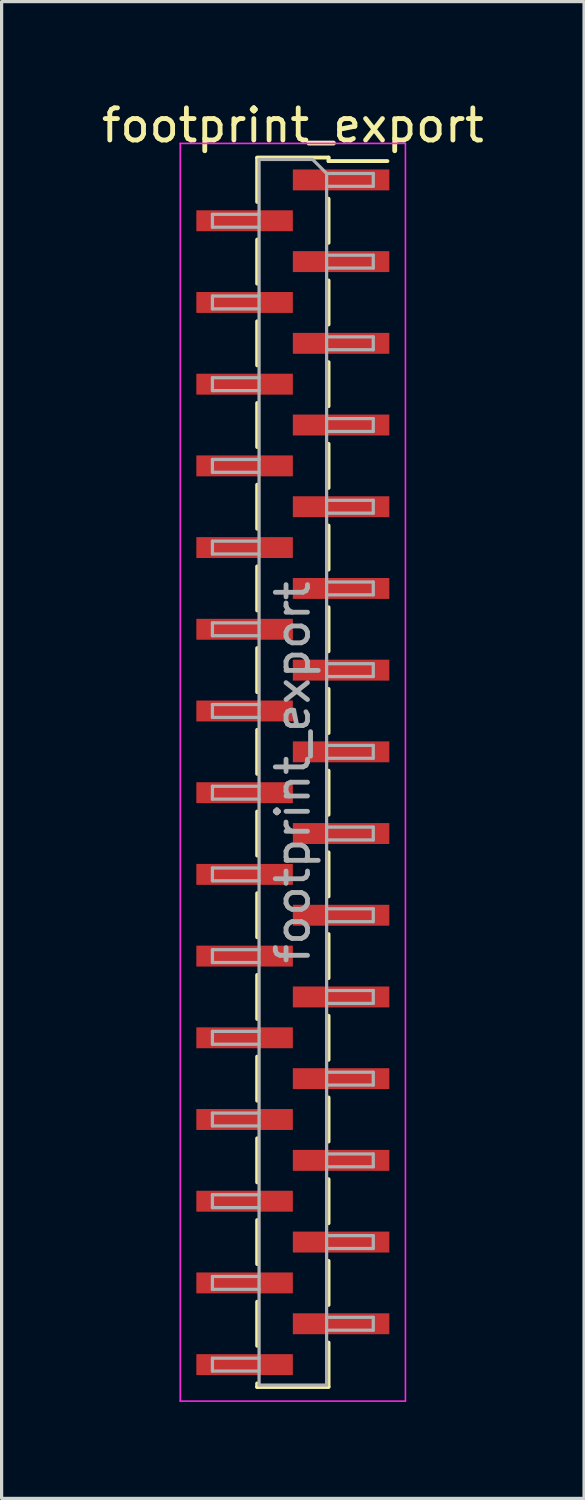
<source format=kicad_pcb>
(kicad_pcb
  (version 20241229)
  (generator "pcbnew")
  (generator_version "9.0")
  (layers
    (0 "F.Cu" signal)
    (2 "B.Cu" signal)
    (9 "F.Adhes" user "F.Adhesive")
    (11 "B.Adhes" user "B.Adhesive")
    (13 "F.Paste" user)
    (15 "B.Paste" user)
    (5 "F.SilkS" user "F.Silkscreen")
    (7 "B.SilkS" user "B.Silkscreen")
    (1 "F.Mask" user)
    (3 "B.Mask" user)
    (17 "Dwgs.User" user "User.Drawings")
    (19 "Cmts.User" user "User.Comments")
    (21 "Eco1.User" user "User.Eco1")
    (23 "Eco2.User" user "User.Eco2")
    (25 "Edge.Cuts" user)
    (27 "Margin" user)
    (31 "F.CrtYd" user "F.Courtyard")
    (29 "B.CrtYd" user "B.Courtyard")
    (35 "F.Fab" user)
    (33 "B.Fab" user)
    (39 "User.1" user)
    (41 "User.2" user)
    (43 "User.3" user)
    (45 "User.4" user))
  (footprint "footprint_export"
    (layer "F.Cu")
    (at 6.054 20.958)
    (property "Reference" "footprint_export" (at 0 -20.11 0) (layer "F.SilkS") (effects (font (size 1 1) (thickness 0.15))))
    (attr smd)
    (fp_line (start -1.11 -19.11) (end 1.11 -19.11) (stroke (width 0.12) (type solid)) (layer "F.SilkS"))
    (fp_line (start -1.11 -19.1) (end -1.11 -17.73) (stroke (width 0.12) (type solid)) (layer "F.SilkS"))
    (fp_line (start -1.11 -16.56) (end -1.11 -15.19) (stroke (width 0.12) (type solid)) (layer "F.SilkS"))
    (fp_line (start -1.11 -14.02) (end -1.11 -12.65) (stroke (width 0.12) (type solid)) (layer "F.SilkS"))
    (fp_line (start -1.11 -11.48) (end -1.11 -10.11) (stroke (width 0.12) (type solid)) (layer "F.SilkS"))
    (fp_line (start -1.11 -8.94) (end -1.11 -7.57) (stroke (width 0.12) (type solid)) (layer "F.SilkS"))
    (fp_line (start -1.11 -6.4) (end -1.11 -5.03) (stroke (width 0.12) (type solid)) (layer "F.SilkS"))
    (fp_line (start -1.11 -3.86) (end -1.11 -2.49) (stroke (width 0.12) (type solid)) (layer "F.SilkS"))
    (fp_line (start -1.11 -1.32) (end -1.11 0.05) (stroke (width 0.12) (type solid)) (layer "F.SilkS"))
    (fp_line (start -1.11 1.22) (end -1.11 2.59) (stroke (width 0.12) (type solid)) (layer "F.SilkS"))
    (fp_line (start -1.11 3.76) (end -1.11 5.13) (stroke (width 0.12) (type solid)) (layer "F.SilkS"))
    (fp_line (start -1.11 6.3) (end -1.11 7.67) (stroke (width 0.12) (type solid)) (layer "F.SilkS"))
    (fp_line (start -1.11 8.84) (end -1.11 10.21) (stroke (width 0.12) (type solid)) (layer "F.SilkS"))
    (fp_line (start -1.11 11.38) (end -1.11 12.75) (stroke (width 0.12) (type solid)) (layer "F.SilkS"))
    (fp_line (start -1.11 13.92) (end -1.11 15.29) (stroke (width 0.12) (type solid)) (layer "F.SilkS"))
    (fp_line (start -1.11 16.46) (end -1.11 17.83) (stroke (width 0.12) (type solid)) (layer "F.SilkS"))
    (fp_line (start -1.11 19) (end -1.11 19.11) (stroke (width 0.12) (type solid)) (layer "F.SilkS"))
    (fp_line (start -1.11 19.11) (end 1.11 19.11) (stroke (width 0.12) (type solid)) (layer "F.SilkS"))
    (fp_line (start 1.11 -19.11) (end 1.11 -19) (stroke (width 0.12) (type solid)) (layer "F.SilkS"))
    (fp_line (start 1.11 -19) (end 2.94 -19) (stroke (width 0.12) (type solid)) (layer "F.SilkS"))
    (fp_line (start 1.11 -17.83) (end 1.11 -16.46) (stroke (width 0.12) (type solid)) (layer "F.SilkS"))
    (fp_line (start 1.11 -15.29) (end 1.11 -13.92) (stroke (width 0.12) (type solid)) (layer "F.SilkS"))
    (fp_line (start 1.11 -12.75) (end 1.11 -11.38) (stroke (width 0.12) (type solid)) (layer "F.SilkS"))
    (fp_line (start 1.11 -10.21) (end 1.11 -8.84) (stroke (width 0.12) (type solid)) (layer "F.SilkS"))
    (fp_line (start 1.11 -7.67) (end 1.11 -6.3) (stroke (width 0.12) (type solid)) (layer "F.SilkS"))
    (fp_line (start 1.11 -5.13) (end 1.11 -3.76) (stroke (width 0.12) (type solid)) (layer "F.SilkS"))
    (fp_line (start 1.11 -2.59) (end 1.11 -1.22) (stroke (width 0.12) (type solid)) (layer "F.SilkS"))
    (fp_line (start 1.11 -0.05) (end 1.11 1.32) (stroke (width 0.12) (type solid)) (layer "F.SilkS"))
    (fp_line (start 1.11 2.49) (end 1.11 3.86) (stroke (width 0.12) (type solid)) (layer "F.SilkS"))
    (fp_line (start 1.11 5.03) (end 1.11 6.4) (stroke (width 0.12) (type solid)) (layer "F.SilkS"))
    (fp_line (start 1.11 7.57) (end 1.11 8.94) (stroke (width 0.12) (type solid)) (layer "F.SilkS"))
    (fp_line (start 1.11 10.11) (end 1.11 11.48) (stroke (width 0.12) (type solid)) (layer "F.SilkS"))
    (fp_line (start 1.11 12.65) (end 1.11 14.02) (stroke (width 0.12) (type solid)) (layer "F.SilkS"))
    (fp_line (start 1.11 15.19) (end 1.11 16.56) (stroke (width 0.12) (type solid)) (layer "F.SilkS"))
    (fp_line (start 1.11 17.73) (end 1.11 19.1) (stroke (width 0.12) (type solid)) (layer "F.SilkS"))
    (fp_line (start -3.5 -19.55) (end -3.5 19.55) (stroke (width 0.05) (type solid)) (layer "F.CrtYd"))
    (fp_line (start -3.5 19.55) (end 3.5 19.55) (stroke (width 0.05) (type solid)) (layer "F.CrtYd"))
    (fp_line (start 3.5 -19.55) (end -3.5 -19.55) (stroke (width 0.05) (type solid)) (layer "F.CrtYd"))
    (fp_line (start 3.5 19.55) (end 3.5 -19.55) (stroke (width 0.05) (type solid)) (layer "F.CrtYd"))
    (fp_line (start -2.5 -17.345) (end -2.5 -16.945) (stroke (width 0.1) (type solid)) (layer "F.Fab"))
    (fp_line (start -2.5 -16.945) (end -1.05 -16.945) (stroke (width 0.1) (type solid)) (layer "F.Fab"))
    (fp_line (start -2.5 -14.805) (end -2.5 -14.405) (stroke (width 0.1) (type solid)) (layer "F.Fab"))
    (fp_line (start -2.5 -14.405) (end -1.05 -14.405) (stroke (width 0.1) (type solid)) (layer "F.Fab"))
    (fp_line (start -2.5 -12.265) (end -2.5 -11.865) (stroke (width 0.1) (type solid)) (layer "F.Fab"))
    (fp_line (start -2.5 -11.865) (end -1.05 -11.865) (stroke (width 0.1) (type solid)) (layer "F.Fab"))
    (fp_line (start -2.5 -9.725) (end -2.5 -9.325) (stroke (width 0.1) (type solid)) (layer "F.Fab"))
    (fp_line (start -2.5 -9.325) (end -1.05 -9.325) (stroke (width 0.1) (type solid)) (layer "F.Fab"))
    (fp_line (start -2.5 -7.185) (end -2.5 -6.785) (stroke (width 0.1) (type solid)) (layer "F.Fab"))
    (fp_line (start -2.5 -6.785) (end -1.05 -6.785) (stroke (width 0.1) (type solid)) (layer "F.Fab"))
    (fp_line (start -2.5 -4.645) (end -2.5 -4.245) (stroke (width 0.1) (type solid)) (layer "F.Fab"))
    (fp_line (start -2.5 -4.245) (end -1.05 -4.245) (stroke (width 0.1) (type solid)) (layer "F.Fab"))
    (fp_line (start -2.5 -2.105) (end -2.5 -1.705) (stroke (width 0.1) (type solid)) (layer "F.Fab"))
    (fp_line (start -2.5 -1.705) (end -1.05 -1.705) (stroke (width 0.1) (type solid)) (layer "F.Fab"))
    (fp_line (start -2.5 0.435) (end -2.5 0.835) (stroke (width 0.1) (type solid)) (layer "F.Fab"))
    (fp_line (start -2.5 0.835) (end -1.05 0.835) (stroke (width 0.1) (type solid)) (layer "F.Fab"))
    (fp_line (start -2.5 2.975) (end -2.5 3.375) (stroke (width 0.1) (type solid)) (layer "F.Fab"))
    (fp_line (start -2.5 3.375) (end -1.05 3.375) (stroke (width 0.1) (type solid)) (layer "F.Fab"))
    (fp_line (start -2.5 5.515) (end -2.5 5.915) (stroke (width 0.1) (type solid)) (layer "F.Fab"))
    (fp_line (start -2.5 5.915) (end -1.05 5.915) (stroke (width 0.1) (type solid)) (layer "F.Fab"))
    (fp_line (start -2.5 8.055) (end -2.5 8.455) (stroke (width 0.1) (type solid)) (layer "F.Fab"))
    (fp_line (start -2.5 8.455) (end -1.05 8.455) (stroke (width 0.1) (type solid)) (layer "F.Fab"))
    (fp_line (start -2.5 10.595) (end -2.5 10.995) (stroke (width 0.1) (type solid)) (layer "F.Fab"))
    (fp_line (start -2.5 10.995) (end -1.05 10.995) (stroke (width 0.1) (type solid)) (layer "F.Fab"))
    (fp_line (start -2.5 13.135) (end -2.5 13.535) (stroke (width 0.1) (type solid)) (layer "F.Fab"))
    (fp_line (start -2.5 13.535) (end -1.05 13.535) (stroke (width 0.1) (type solid)) (layer "F.Fab"))
    (fp_line (start -2.5 15.675) (end -2.5 16.075) (stroke (width 0.1) (type solid)) (layer "F.Fab"))
    (fp_line (start -2.5 16.075) (end -1.05 16.075) (stroke (width 0.1) (type solid)) (layer "F.Fab"))
    (fp_line (start -2.5 18.215) (end -2.5 18.615) (stroke (width 0.1) (type solid)) (layer "F.Fab"))
    (fp_line (start -2.5 18.615) (end -1.05 18.615) (stroke (width 0.1) (type solid)) (layer "F.Fab"))
    (fp_line (start -1.05 -19.05) (end -1.05 19.05) (stroke (width 0.1) (type solid)) (layer "F.Fab"))
    (fp_line (start -1.05 -19.05) (end 0.615 -19.05) (stroke (width 0.1) (type solid)) (layer "F.Fab"))
    (fp_line (start -1.05 -17.345) (end -2.5 -17.345) (stroke (width 0.1) (type solid)) (layer "F.Fab"))
    (fp_line (start -1.05 -14.805) (end -2.5 -14.805) (stroke (width 0.1) (type solid)) (layer "F.Fab"))
    (fp_line (start -1.05 -12.265) (end -2.5 -12.265) (stroke (width 0.1) (type solid)) (layer "F.Fab"))
    (fp_line (start -1.05 -9.725) (end -2.5 -9.725) (stroke (width 0.1) (type solid)) (layer "F.Fab"))
    (fp_line (start -1.05 -7.185) (end -2.5 -7.185) (stroke (width 0.1) (type solid)) (layer "F.Fab"))
    (fp_line (start -1.05 -4.645) (end -2.5 -4.645) (stroke (width 0.1) (type solid)) (layer "F.Fab"))
    (fp_line (start -1.05 -2.105) (end -2.5 -2.105) (stroke (width 0.1) (type solid)) (layer "F.Fab"))
    (fp_line (start -1.05 0.435) (end -2.5 0.435) (stroke (width 0.1) (type solid)) (layer "F.Fab"))
    (fp_line (start -1.05 2.975) (end -2.5 2.975) (stroke (width 0.1) (type solid)) (layer "F.Fab"))
    (fp_line (start -1.05 5.515) (end -2.5 5.515) (stroke (width 0.1) (type solid)) (layer "F.Fab"))
    (fp_line (start -1.05 8.055) (end -2.5 8.055) (stroke (width 0.1) (type solid)) (layer "F.Fab"))
    (fp_line (start -1.05 10.595) (end -2.5 10.595) (stroke (width 0.1) (type solid)) (layer "F.Fab"))
    (fp_line (start -1.05 13.135) (end -2.5 13.135) (stroke (width 0.1) (type solid)) (layer "F.Fab"))
    (fp_line (start -1.05 15.675) (end -2.5 15.675) (stroke (width 0.1) (type solid)) (layer "F.Fab"))
    (fp_line (start -1.05 18.215) (end -2.5 18.215) (stroke (width 0.1) (type solid)) (layer "F.Fab"))
    (fp_line (start 1.05 -18.615) (end 0.615 -19.05) (stroke (width 0.1) (type solid)) (layer "F.Fab"))
    (fp_line (start 1.05 -18.615) (end 2.5 -18.615) (stroke (width 0.1) (type solid)) (layer "F.Fab"))
    (fp_line (start 1.05 -16.075) (end 2.5 -16.075) (stroke (width 0.1) (type solid)) (layer "F.Fab"))
    (fp_line (start 1.05 -13.535) (end 2.5 -13.535) (stroke (width 0.1) (type solid)) (layer "F.Fab"))
    (fp_line (start 1.05 -10.995) (end 2.5 -10.995) (stroke (width 0.1) (type solid)) (layer "F.Fab"))
    (fp_line (start 1.05 -8.455) (end 2.5 -8.455) (stroke (width 0.1) (type solid)) (layer "F.Fab"))
    (fp_line (start 1.05 -5.915) (end 2.5 -5.915) (stroke (width 0.1) (type solid)) (layer "F.Fab"))
    (fp_line (start 1.05 -3.375) (end 2.5 -3.375) (stroke (width 0.1) (type solid)) (layer "F.Fab"))
    (fp_line (start 1.05 -0.835) (end 2.5 -0.835) (stroke (width 0.1) (type solid)) (layer "F.Fab"))
    (fp_line (start 1.05 1.705) (end 2.5 1.705) (stroke (width 0.1) (type solid)) (layer "F.Fab"))
    (fp_line (start 1.05 4.245) (end 2.5 4.245) (stroke (width 0.1) (type solid)) (layer "F.Fab"))
    (fp_line (start 1.05 6.785) (end 2.5 6.785) (stroke (width 0.1) (type solid)) (layer "F.Fab"))
    (fp_line (start 1.05 9.325) (end 2.5 9.325) (stroke (width 0.1) (type solid)) (layer "F.Fab"))
    (fp_line (start 1.05 11.865) (end 2.5 11.865) (stroke (width 0.1) (type solid)) (layer "F.Fab"))
    (fp_line (start 1.05 14.405) (end 2.5 14.405) (stroke (width 0.1) (type solid)) (layer "F.Fab"))
    (fp_line (start 1.05 16.945) (end 2.5 16.945) (stroke (width 0.1) (type solid)) (layer "F.Fab"))
    (fp_line (start 1.05 19.05) (end -1.05 19.05) (stroke (width 0.1) (type solid)) (layer "F.Fab"))
    (fp_line (start 1.05 19.05) (end 1.05 -18.615) (stroke (width 0.1) (type solid)) (layer "F.Fab"))
    (fp_line (start 2.5 -18.615) (end 2.5 -18.215) (stroke (width 0.1) (type solid)) (layer "F.Fab"))
    (fp_line (start 2.5 -18.215) (end 1.05 -18.215) (stroke (width 0.1) (type solid)) (layer "F.Fab"))
    (fp_line (start 2.5 -16.075) (end 2.5 -15.675) (stroke (width 0.1) (type solid)) (layer "F.Fab"))
    (fp_line (start 2.5 -15.675) (end 1.05 -15.675) (stroke (width 0.1) (type solid)) (layer "F.Fab"))
    (fp_line (start 2.5 -13.535) (end 2.5 -13.135) (stroke (width 0.1) (type solid)) (layer "F.Fab"))
    (fp_line (start 2.5 -13.135) (end 1.05 -13.135) (stroke (width 0.1) (type solid)) (layer "F.Fab"))
    (fp_line (start 2.5 -10.995) (end 2.5 -10.595) (stroke (width 0.1) (type solid)) (layer "F.Fab"))
    (fp_line (start 2.5 -10.595) (end 1.05 -10.595) (stroke (width 0.1) (type solid)) (layer "F.Fab"))
    (fp_line (start 2.5 -8.455) (end 2.5 -8.055) (stroke (width 0.1) (type solid)) (layer "F.Fab"))
    (fp_line (start 2.5 -8.055) (end 1.05 -8.055) (stroke (width 0.1) (type solid)) (layer "F.Fab"))
    (fp_line (start 2.5 -5.915) (end 2.5 -5.515) (stroke (width 0.1) (type solid)) (layer "F.Fab"))
    (fp_line (start 2.5 -5.515) (end 1.05 -5.515) (stroke (width 0.1) (type solid)) (layer "F.Fab"))
    (fp_line (start 2.5 -3.375) (end 2.5 -2.975) (stroke (width 0.1) (type solid)) (layer "F.Fab"))
    (fp_line (start 2.5 -2.975) (end 1.05 -2.975) (stroke (width 0.1) (type solid)) (layer "F.Fab"))
    (fp_line (start 2.5 -0.835) (end 2.5 -0.435) (stroke (width 0.1) (type solid)) (layer "F.Fab"))
    (fp_line (start 2.5 -0.435) (end 1.05 -0.435) (stroke (width 0.1) (type solid)) (layer "F.Fab"))
    (fp_line (start 2.5 1.705) (end 2.5 2.105) (stroke (width 0.1) (type solid)) (layer "F.Fab"))
    (fp_line (start 2.5 2.105) (end 1.05 2.105) (stroke (width 0.1) (type solid)) (layer "F.Fab"))
    (fp_line (start 2.5 4.245) (end 2.5 4.645) (stroke (width 0.1) (type solid)) (layer "F.Fab"))
    (fp_line (start 2.5 4.645) (end 1.05 4.645) (stroke (width 0.1) (type solid)) (layer "F.Fab"))
    (fp_line (start 2.5 6.785) (end 2.5 7.185) (stroke (width 0.1) (type solid)) (layer "F.Fab"))
    (fp_line (start 2.5 7.185) (end 1.05 7.185) (stroke (width 0.1) (type solid)) (layer "F.Fab"))
    (fp_line (start 2.5 9.325) (end 2.5 9.725) (stroke (width 0.1) (type solid)) (layer "F.Fab"))
    (fp_line (start 2.5 9.725) (end 1.05 9.725) (stroke (width 0.1) (type solid)) (layer "F.Fab"))
    (fp_line (start 2.5 11.865) (end 2.5 12.265) (stroke (width 0.1) (type solid)) (layer "F.Fab"))
    (fp_line (start 2.5 12.265) (end 1.05 12.265) (stroke (width 0.1) (type solid)) (layer "F.Fab"))
    (fp_line (start 2.5 14.405) (end 2.5 14.805) (stroke (width 0.1) (type solid)) (layer "F.Fab"))
    (fp_line (start 2.5 14.805) (end 1.05 14.805) (stroke (width 0.1) (type solid)) (layer "F.Fab"))
    (fp_line (start 2.5 16.945) (end 2.5 17.345) (stroke (width 0.1) (type solid)) (layer "F.Fab"))
    (fp_line (start 2.5 17.345) (end 1.05 17.345) (stroke (width 0.1) (type solid)) (layer "F.Fab"))
    (fp_text user "${REFERENCE}" (at 0 0 90) (layer "F.Fab") (effects (font (size 1 1) (thickness 0.15))))
    (pad "1" smd rect (at 1.5 -18.415) (size 3 0.65) (layers "F.Cu" "F.Mask" "F.Paste"))
    (pad "2" smd rect (at -1.5 -17.145) (size 3 0.65) (layers "F.Cu" "F.Mask" "F.Paste"))
    (pad "3" smd rect (at 1.5 -15.875) (size 3 0.65) (layers "F.Cu" "F.Mask" "F.Paste"))
    (pad "4" smd rect (at -1.5 -14.605) (size 3 0.65) (layers "F.Cu" "F.Mask" "F.Paste"))
    (pad "5" smd rect (at 1.5 -13.335) (size 3 0.65) (layers "F.Cu" "F.Mask" "F.Paste"))
    (pad "6" smd rect (at -1.5 -12.065) (size 3 0.65) (layers "F.Cu" "F.Mask" "F.Paste"))
    (pad "7" smd rect (at 1.5 -10.795) (size 3 0.65) (layers "F.Cu" "F.Mask" "F.Paste"))
    (pad "8" smd rect (at -1.5 -9.525) (size 3 0.65) (layers "F.Cu" "F.Mask" "F.Paste"))
    (pad "9" smd rect (at 1.5 -8.255) (size 3 0.65) (layers "F.Cu" "F.Mask" "F.Paste"))
    (pad "10" smd rect (at -1.5 -6.985) (size 3 0.65) (layers "F.Cu" "F.Mask" "F.Paste"))
    (pad "11" smd rect (at 1.5 -5.715) (size 3 0.65) (layers "F.Cu" "F.Mask" "F.Paste"))
    (pad "12" smd rect (at -1.5 -4.445) (size 3 0.65) (layers "F.Cu" "F.Mask" "F.Paste"))
    (pad "13" smd rect (at 1.5 -3.175) (size 3 0.65) (layers "F.Cu" "F.Mask" "F.Paste"))
    (pad "14" smd rect (at -1.5 -1.905) (size 3 0.65) (layers "F.Cu" "F.Mask" "F.Paste"))
    (pad "15" smd rect (at 1.5 -0.635) (size 3 0.65) (layers "F.Cu" "F.Mask" "F.Paste"))
    (pad "16" smd rect (at -1.5 0.635) (size 3 0.65) (layers "F.Cu" "F.Mask" "F.Paste"))
    (pad "17" smd rect (at 1.5 1.905) (size 3 0.65) (layers "F.Cu" "F.Mask" "F.Paste"))
    (pad "18" smd rect (at -1.5 3.175) (size 3 0.65) (layers "F.Cu" "F.Mask" "F.Paste"))
    (pad "19" smd rect (at 1.5 4.445) (size 3 0.65) (layers "F.Cu" "F.Mask" "F.Paste"))
    (pad "20" smd rect (at -1.5 5.715) (size 3 0.65) (layers "F.Cu" "F.Mask" "F.Paste"))
    (pad "21" smd rect (at 1.5 6.985) (size 3 0.65) (layers "F.Cu" "F.Mask" "F.Paste"))
    (pad "22" smd rect (at -1.5 8.255) (size 3 0.65) (layers "F.Cu" "F.Mask" "F.Paste"))
    (pad "23" smd rect (at 1.5 9.525) (size 3 0.65) (layers "F.Cu" "F.Mask" "F.Paste"))
    (pad "24" smd rect (at -1.5 10.795) (size 3 0.65) (layers "F.Cu" "F.Mask" "F.Paste"))
    (pad "25" smd rect (at 1.5 12.065) (size 3 0.65) (layers "F.Cu" "F.Mask" "F.Paste"))
    (pad "26" smd rect (at -1.5 13.335) (size 3 0.65) (layers "F.Cu" "F.Mask" "F.Paste"))
    (pad "27" smd rect (at 1.5 14.605) (size 3 0.65) (layers "F.Cu" "F.Mask" "F.Paste"))
    (pad "28" smd rect (at -1.5 15.875) (size 3 0.65) (layers "F.Cu" "F.Mask" "F.Paste"))
    (pad "29" smd rect (at 1.5 17.145) (size 3 0.65) (layers "F.Cu" "F.Mask" "F.Paste"))
    (pad "30" smd rect (at -1.5 18.415) (size 3 0.65) (layers "F.Cu" "F.Mask" "F.Paste")))
  (gr_rect
    (start -3 -3)
    (end 15.107 43.533)
    (stroke (width 0.1) (type default))
    (fill no)
    (layer "Edge.Cuts")))
</source>
